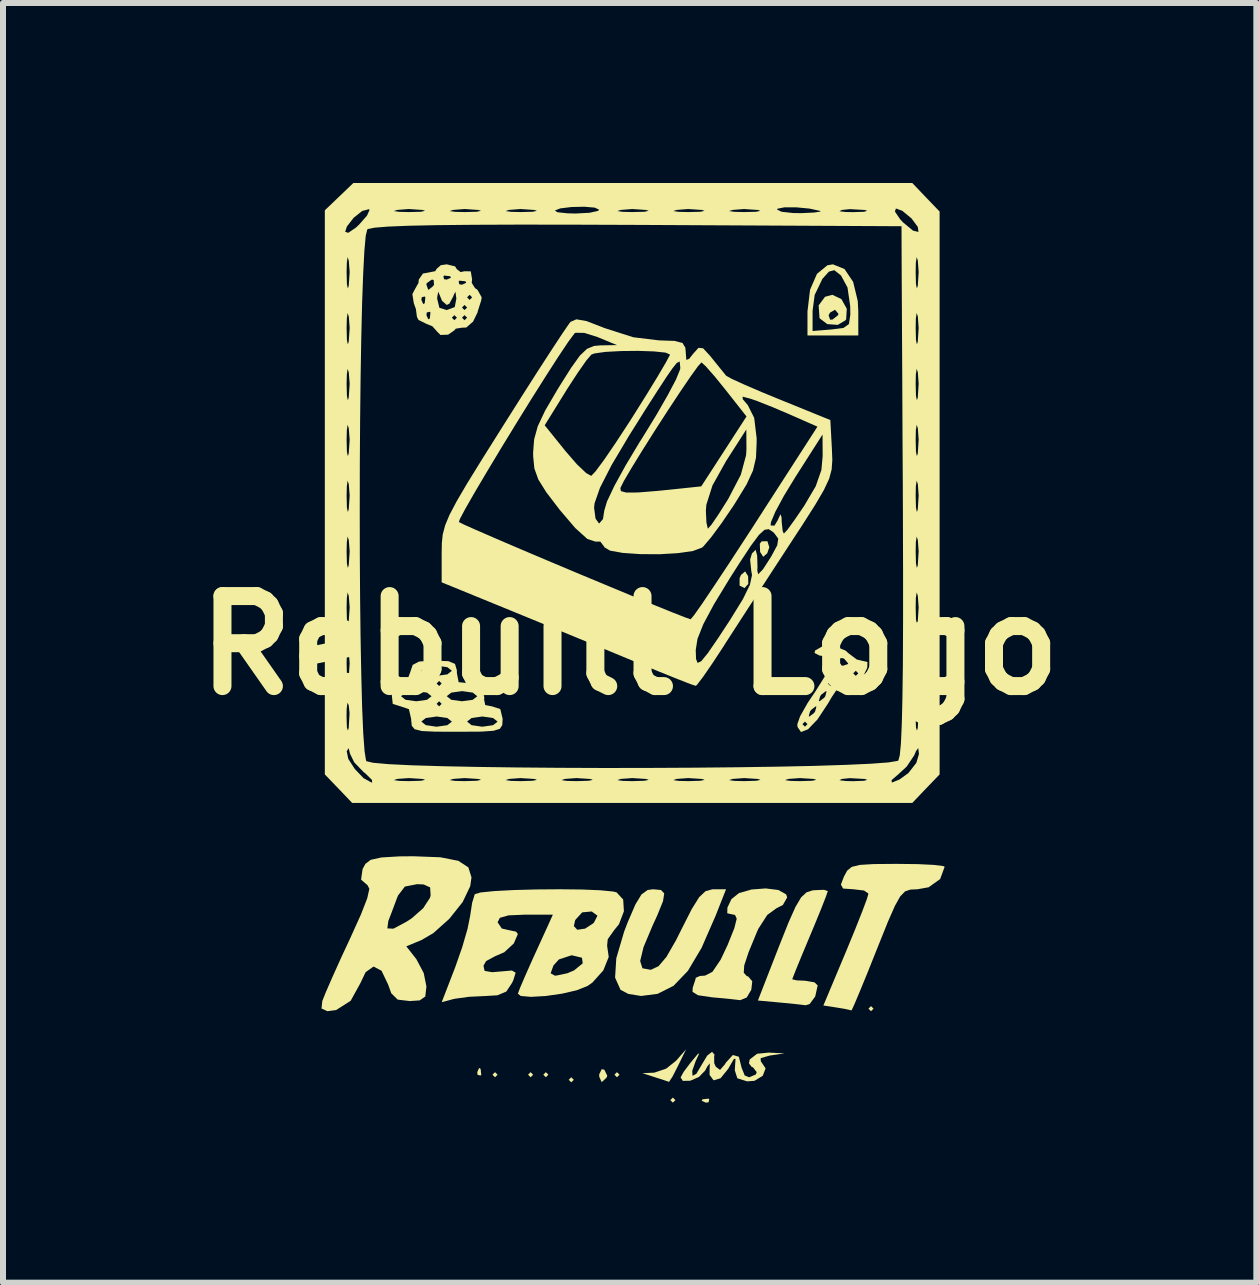
<source format=kicad_pcb>
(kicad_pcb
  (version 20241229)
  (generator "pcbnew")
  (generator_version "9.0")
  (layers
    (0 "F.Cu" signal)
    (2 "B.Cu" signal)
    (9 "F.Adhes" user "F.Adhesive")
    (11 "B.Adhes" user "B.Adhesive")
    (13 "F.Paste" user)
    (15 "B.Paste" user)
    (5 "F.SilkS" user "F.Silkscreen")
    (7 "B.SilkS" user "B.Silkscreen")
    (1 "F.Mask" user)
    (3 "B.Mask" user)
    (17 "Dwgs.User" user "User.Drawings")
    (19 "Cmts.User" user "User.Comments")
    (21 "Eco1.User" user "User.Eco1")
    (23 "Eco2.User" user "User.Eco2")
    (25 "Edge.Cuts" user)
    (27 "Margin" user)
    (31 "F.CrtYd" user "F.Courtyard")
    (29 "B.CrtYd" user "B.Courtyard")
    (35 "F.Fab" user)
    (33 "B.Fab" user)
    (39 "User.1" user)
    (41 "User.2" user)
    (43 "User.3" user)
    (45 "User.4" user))
  (footprint "Rebuilt Logo"
    (layer "F.Cu")
    (at 7.443 7.705)
    (property "Reference" "Rebuilt Logo" (at 0 0 0) (layer "F.SilkS") (effects (font (size 1.5 1.5) (thickness 0.3))))
    (attr board_only exclude_from_pos_files exclude_from_bom)
    (fp_poly (pts (xy -2.201 7.154) (xy -2.244 7.197) (xy -2.286 7.154) (xy -2.244 7.112)) (stroke (width 0) (type solid)) (fill yes) (layer "F.SilkS"))
    (fp_poly (pts (xy -1.609 7.154) (xy -1.651 7.197) (xy -1.693 7.154) (xy -1.651 7.112)) (stroke (width 0) (type solid)) (fill yes) (layer "F.SilkS"))
    (fp_poly (pts (xy -1.355 7.154) (xy -1.397 7.197) (xy -1.439 7.154) (xy -1.397 7.112)) (stroke (width 0) (type solid)) (fill yes) (layer "F.SilkS"))
    (fp_poly (pts (xy -0.931 7.239) (xy -0.974 7.281) (xy -1.016 7.239) (xy -0.974 7.197)) (stroke (width 0) (type solid)) (fill yes) (layer "F.SilkS"))
    (fp_poly (pts (xy -0.169 7.154) (xy -0.212 7.197) (xy -0.254 7.154) (xy -0.212 7.112)) (stroke (width 0) (type solid)) (fill yes) (layer "F.SilkS"))
    (fp_poly (pts (xy 0.762 7.578) (xy 0.72 7.62) (xy 0.677 7.578) (xy 0.72 7.535)) (stroke (width 0) (type solid)) (fill yes) (layer "F.SilkS"))
    (fp_poly (pts (xy 4.064 6.054) (xy 4.022 6.096) (xy 3.979 6.054) (xy 4.022 6.011)) (stroke (width 0) (type solid)) (fill yes) (layer "F.SilkS"))
    (fp_poly (pts (xy -2.484 7.056) (xy -2.473 7.156) (xy -2.484 7.168) (xy -2.534 7.157) (xy -2.54 7.112) (xy -2.509 7.042)) (stroke (width 0) (type solid)) (fill yes) (layer "F.SilkS"))
    (fp_poly (pts (xy 1.326 7.564) (xy 1.315 7.614) (xy 1.27 7.62) (xy 1.2 7.589) (xy 1.214 7.564) (xy 1.314 7.553)) (stroke (width 0) (type solid)) (fill yes) (layer "F.SilkS"))
    (fp_poly (pts (xy -0.422 7.071) (xy -0.373 7.172) (xy -0.385 7.203) (xy -0.466 7.278) (xy -0.506 7.192) (xy -0.508 7.149) (xy -0.466 7.062)) (stroke (width 0) (type solid)) (fill yes) (layer "F.SilkS"))
    (fp_poly (pts (xy 2.327 -1.635) (xy 2.292 -1.534) (xy 2.225 -1.476) (xy 2.174 -1.557) (xy 2.169 -1.694) (xy 2.199 -1.734) (xy 2.295 -1.736)) (stroke (width 0) (type solid)) (fill yes) (layer "F.SilkS"))
    (fp_poly (pts (xy 1.974 -1.153) (xy 1.977 -1.025) (xy 1.914 -0.955) (xy 1.833 -0.996) (xy 1.832 -0.997) (xy 1.832 -1.122) (xy 1.856 -1.175) (xy 1.924 -1.233)) (stroke (width 0) (type solid)) (fill yes) (layer "F.SilkS"))
    (fp_poly (pts (xy 0.806 7.006) (xy 0.715 7.184) (xy 0.658 7.271) (xy 0.654 7.273) (xy 0.569 7.244) (xy 0.423 7.197) (xy 0.212 7.129) (xy 0.41 7.12) (xy 0.61 7.052) (xy 0.774 6.921) (xy 0.94 6.731)) (stroke (width 0) (type solid)) (fill yes) (layer "F.SilkS"))
    (fp_poly (pts (xy 3.528 -5.771) (xy 3.618 -5.61) (xy 3.608 -5.436) (xy 3.599 -5.419) (xy 3.468 -5.341) (xy 3.293 -5.354) (xy 3.169 -5.448) (xy 3.163 -5.461) (xy 3.161 -5.499) (xy 3.315 -5.499) (xy 3.341 -5.427) (xy 3.382 -5.431) (xy 3.473 -5.503) (xy 3.478 -5.527) (xy 3.422 -5.593) (xy 3.338 -5.545) (xy 3.315 -5.499) (xy 3.161 -5.499) (xy 3.149 -5.666) (xy 3.255 -5.809) (xy 3.378 -5.842)) (stroke (width 0) (type solid)) (fill yes) (layer "F.SilkS"))
    (fp_poly (pts (xy 3.302 4.094) (xy 3.271 4.185) (xy 3.189 4.395) (xy 3.07 4.685) (xy 3.006 4.838) (xy 2.875 5.151) (xy 2.774 5.397) (xy 2.717 5.542) (xy 2.709 5.564) (xy 2.782 5.582) (xy 2.921 5.588) (xy 3.08 5.615) (xy 3.133 5.666) (xy 3.092 5.851) (xy 2.999 5.977) (xy 2.933 5.997) (xy 2.792 5.98) (xy 2.56 5.957) (xy 2.487 5.95) (xy 2.137 5.918) (xy 2.49 5.012) (xy 2.647 4.618) (xy 2.764 4.356) (xy 2.858 4.198) (xy 2.946 4.116) (xy 3.046 4.083) (xy 3.072 4.08) (xy 3.239 4.073)) (stroke (width 0) (type solid)) (fill yes) (layer "F.SilkS"))
    (fp_poly (pts (xy 3.58 -6.272) (xy 3.724 -6.058) (xy 3.801 -5.739) (xy 3.81 -5.569) (xy 3.81 -5.165) (xy 3.387 -5.165) (xy 2.963 -5.165) (xy 2.963 -5.569) (xy 2.964 -5.574) (xy 3.048 -5.574) (xy 3.048 -5.239) (xy 3.365 -5.265) (xy 3.563 -5.29) (xy 3.654 -5.355) (xy 3.677 -5.51) (xy 3.675 -5.656) (xy 3.63 -5.964) (xy 3.522 -6.164) (xy 3.41 -6.253) (xy 3.32 -6.228) (xy 3.212 -6.108) (xy 3.083 -5.84) (xy 3.048 -5.574) (xy 2.964 -5.574) (xy 3.006 -5.926) (xy 3.121 -6.191) (xy 3.294 -6.334) (xy 3.387 -6.35)) (stroke (width 0) (type solid)) (fill yes) (layer "F.SilkS"))
    (fp_poly (pts (xy 1.431 4.508) (xy 1.198 5.041) (xy 0.97 5.424) (xy 0.731 5.673) (xy 0.465 5.807) (xy 0.19 5.842) (xy -0.022 5.808) (xy -0.152 5.74) (xy -0.243 5.537) (xy -0.223 5.214) (xy -0.092 4.769) (xy -0.033 4.615) (xy 0.095 4.318) (xy 0.197 4.15) (xy 0.3 4.076) (xy 0.39 4.064) (xy 0.521 4.076) (xy 0.576 4.132) (xy 0.556 4.262) (xy 0.461 4.497) (xy 0.382 4.669) (xy 0.231 5.028) (xy 0.175 5.26) (xy 0.213 5.381) (xy 0.345 5.405) (xy 0.36 5.403) (xy 0.481 5.346) (xy 0.612 5.192) (xy 0.771 4.916) (xy 0.869 4.72) (xy 1.034 4.395) (xy 1.158 4.196) (xy 1.264 4.096) (xy 1.375 4.065) (xy 1.397 4.064) (xy 1.606 4.064)) (stroke (width 0) (type solid)) (fill yes) (layer "F.SilkS"))
    (fp_poly (pts (xy 4.801 3.645) (xy 5.069 3.658) (xy 5.225 3.677) (xy 5.249 3.689) (xy 5.174 3.894) (xy 4.981 4.031) (xy 4.796 4.064) (xy 4.68 4.069) (xy 4.59 4.099) (xy 4.509 4.182) (xy 4.42 4.341) (xy 4.305 4.602) (xy 4.149 4.99) (xy 4.113 5.08) (xy 3.962 5.458) (xy 3.834 5.77) (xy 3.742 5.988) (xy 3.698 6.082) (xy 3.696 6.083) (xy 3.613 6.063) (xy 3.456 6.036) (xy 3.228 6.001) (xy 3.604 5.105) (xy 3.753 4.743) (xy 3.874 4.438) (xy 3.954 4.224) (xy 3.979 4.136) (xy 3.906 4.085) (xy 3.729 4.064) (xy 3.727 4.064) (xy 3.556 4.052) (xy 3.52 3.986) (xy 3.571 3.852) (xy 3.625 3.753) (xy 3.701 3.691) (xy 3.836 3.658) (xy 4.064 3.644) (xy 4.423 3.641) (xy 4.459 3.641)) (stroke (width 0) (type solid)) (fill yes) (layer "F.SilkS"))
    (fp_poly (pts (xy 2.477 4.076) (xy 2.607 4.148) (xy 2.625 4.199) (xy 2.553 4.326) (xy 2.447 4.38) (xy 2.293 4.492) (xy 2.146 4.72) (xy 2.121 4.775) (xy 1.981 5.115) (xy 1.909 5.333) (xy 1.901 5.455) (xy 1.951 5.51) (xy 1.976 5.518) (xy 2.043 5.598) (xy 2.027 5.739) (xy 1.951 5.867) (xy 1.844 5.912) (xy 1.696 5.895) (xy 1.457 5.872) (xy 1.369 5.864) (xy 1.138 5.83) (xy 1.047 5.773) (xy 1.051 5.703) (xy 1.095 5.57) (xy 1.101 5.539) (xy 1.171 5.509) (xy 1.256 5.503) (xy 1.379 5.44) (xy 1.516 5.238) (xy 1.631 4.995) (xy 1.744 4.713) (xy 1.784 4.554) (xy 1.755 4.491) (xy 1.729 4.487) (xy 1.626 4.464) (xy 1.629 4.369) (xy 1.696 4.228) (xy 1.821 4.128) (xy 2.029 4.068) (xy 2.266 4.05)) (stroke (width 0) (type solid)) (fill yes) (layer "F.SilkS"))
    (fp_poly (pts (xy 1.416 6.823) (xy 1.408 6.841) (xy 1.409 6.963) (xy 1.436 7.022) (xy 1.506 7.074) (xy 1.588 6.98) (xy 1.604 6.952) (xy 1.72 6.826) (xy 1.819 6.855) (xy 1.863 7.028) (xy 1.863 7.032) (xy 1.917 7.167) (xy 1.99 7.197) (xy 2.102 7.151) (xy 2.117 7.112) (xy 2.054 7.03) (xy 2.035 7.027) (xy 1.988 6.965) (xy 2.001 6.9) (xy 2.124 6.805) (xy 2.316 6.786) (xy 2.582 6.799) (xy 2.335 6.835) (xy 2.183 6.878) (xy 2.185 6.932) (xy 2.189 6.935) (xy 2.265 7.049) (xy 2.218 7.172) (xy 2.08 7.256) (xy 1.958 7.265) (xy 1.794 7.214) (xy 1.752 7.081) (xy 1.755 7.027) (xy 1.764 6.89) (xy 1.738 6.89) (xy 1.655 7.033) (xy 1.644 7.054) (xy 1.515 7.213) (xy 1.398 7.248) (xy 1.332 7.158) (xy 1.332 7.061) (xy 1.336 6.965) (xy 1.295 7.015) (xy 1.258 7.085) (xy 1.154 7.192) (xy 1.009 7.255) (xy 0.886 7.257) (xy 0.849 7.2) (xy 0.898 7.109) (xy 1.016 6.952) (xy 1.024 6.943) (xy 1.137 6.807) (xy 1.159 6.801) (xy 1.103 6.921) (xy 1.099 6.929) (xy 1.042 7.092) (xy 1.048 7.173) (xy 1.111 7.139) (xy 1.196 6.996) (xy 1.292 6.836) (xy 1.373 6.773)) (stroke (width 0) (type solid)) (fill yes) (layer "F.SilkS"))
    (fp_poly (pts (xy -3.155 3.531) (xy -2.855 3.59) (xy -2.688 3.699) (xy -2.636 3.866) (xy -2.657 4.013) (xy -2.783 4.277) (xy -3.006 4.557) (xy -3.272 4.795) (xy -3.469 4.91) (xy -3.722 5.015) (xy -3.555 5.228) (xy -3.432 5.46) (xy -3.387 5.684) (xy -3.406 5.851) (xy -3.499 5.916) (xy -3.665 5.927) (xy -3.866 5.903) (xy -3.973 5.797) (xy -4.025 5.652) (xy -4.135 5.422) (xy -4.268 5.352) (xy -4.4 5.445) (xy -4.486 5.626) (xy -4.649 5.922) (xy -4.89 6.076) (xy -5.038 6.096) (xy -5.135 6.051) (xy -5.122 5.926) (xy -5.065 5.783) (xy -4.953 5.526) (xy -4.803 5.193) (xy -4.661 4.889) (xy -4.583 4.716) (xy -4.038 4.716) (xy -3.938 4.721) (xy -3.72 4.605) (xy -3.632 4.548) (xy -3.441 4.38) (xy -3.327 4.205) (xy -3.317 4.167) (xy -3.325 4.033) (xy -3.433 3.984) (xy -3.542 3.979) (xy -3.746 4.019) (xy -3.86 4.168) (xy -3.878 4.212) (xy -3.962 4.438) (xy -4.022 4.593) (xy -4.038 4.716) (xy -4.583 4.716) (xy -4.479 4.486) (xy -4.373 4.214) (xy -4.338 4.056) (xy -4.369 3.995) (xy -4.371 3.994) (xy -4.476 3.903) (xy -4.451 3.728) (xy -4.404 3.641) (xy -4.317 3.574) (xy -4.138 3.534) (xy -3.837 3.516) (xy -3.604 3.514)) (stroke (width 0) (type solid)) (fill yes) (layer "F.SilkS"))
    (fp_poly (pts (xy 3.418 0.013) (xy 3.598 0.087) (xy 3.641 0.127) (xy 3.785 0.235) (xy 3.863 0.254) (xy 3.962 0.277) (xy 3.959 0.373) (xy 3.889 0.519) (xy 3.793 0.632) (xy 3.685 0.595) (xy 3.685 0.595) (xy 3.604 0.573) (xy 3.505 0.656) (xy 3.366 0.864) (xy 3.304 0.97) (xy 3.128 1.236) (xy 2.972 1.398) (xy 2.855 1.444) (xy 2.797 1.359) (xy 2.794 1.313) (xy 2.794 1.312) (xy 2.879 1.312) (xy 2.921 1.355) (xy 2.963 1.312) (xy 2.921 1.27) (xy 2.879 1.312) (xy 2.794 1.312) (xy 2.841 1.18) (xy 2.984 1.18) (xy 2.996 1.185) (xy 3.073 1.126) (xy 3.09 1.101) (xy 3.112 1.022) (xy 3.1 1.016) (xy 3.023 1.076) (xy 3.006 1.101) (xy 2.984 1.18) (xy 2.841 1.18) (xy 2.841 1.18) (xy 2.963 0.964) (xy 2.988 0.926) (xy 3.153 0.926) (xy 3.165 0.931) (xy 3.242 0.872) (xy 3.26 0.847) (xy 3.281 0.768) (xy 3.27 0.762) (xy 3.192 0.822) (xy 3.175 0.847) (xy 3.153 0.926) (xy 2.988 0.926) (xy 3.097 0.764) (xy 3.178 0.635) (xy 3.302 0.635) (xy 3.344 0.677) (xy 3.387 0.635) (xy 3.344 0.593) (xy 3.302 0.635) (xy 3.178 0.635) (xy 3.281 0.471) (xy 3.283 0.466) (xy 3.725 0.466) (xy 3.768 0.508) (xy 3.81 0.466) (xy 3.768 0.423) (xy 3.725 0.466) (xy 3.283 0.466) (xy 3.338 0.28) (xy 3.314 0.249) (xy 3.471 0.249) (xy 3.533 0.335) (xy 3.556 0.339) (xy 3.638 0.31) (xy 3.641 0.301) (xy 3.581 0.229) (xy 3.556 0.212) (xy 3.478 0.218) (xy 3.471 0.249) (xy 3.314 0.249) (xy 3.266 0.184) (xy 3.165 0.169) (xy 3.081 0.127) (xy 3.09 0.085) (xy 3.222 0.01)) (stroke (width 0) (type solid)) (fill yes) (layer "F.SilkS"))
    (fp_poly (pts (xy -0.795 4.068) (xy -0.485 4.081) (xy -0.274 4.102) (xy -0.219 4.115) (xy -0.108 4.235) (xy -0.096 4.431) (xy -0.178 4.646) (xy -0.257 4.744) (xy -0.365 4.895) (xy -0.376 5.003) (xy -0.349 5.192) (xy -0.439 5.416) (xy -0.621 5.619) (xy -0.701 5.675) (xy -0.878 5.746) (xy -1.128 5.804) (xy -1.4 5.843) (xy -1.646 5.857) (xy -1.815 5.842) (xy -1.863 5.804) (xy -1.83 5.715) (xy -1.743 5.511) (xy -1.722 5.464) (xy -1.317 5.464) (xy -1.248 5.503) (xy -1.225 5.503) (xy -1.04 5.464) (xy -0.926 5.416) (xy -0.782 5.298) (xy -0.795 5.205) (xy -0.961 5.165) (xy -0.971 5.165) (xy -1.179 5.233) (xy -1.27 5.334) (xy -1.317 5.464) (xy -1.722 5.464) (xy -1.618 5.23) (xy -1.571 5.127) (xy -1.366 4.678) (xy -0.93 4.678) (xy -0.873 4.739) (xy -0.743 4.72) (xy -0.609 4.633) (xy -0.593 4.615) (xy -0.537 4.504) (xy -0.631 4.435) (xy -0.634 4.434) (xy -0.791 4.449) (xy -0.908 4.577) (xy -0.93 4.678) (xy -1.366 4.678) (xy -1.28 4.487) (xy -1.74 4.487) (xy -2.02 4.499) (xy -2.163 4.54) (xy -2.201 4.614) (xy -2.131 4.718) (xy -2.032 4.741) (xy -1.894 4.77) (xy -1.863 4.81) (xy -1.931 4.967) (xy -2.09 5.114) (xy -2.243 5.18) (xy -2.393 5.261) (xy -2.436 5.339) (xy -2.418 5.424) (xy -2.292 5.446) (xy -2.159 5.435) (xy -1.963 5.418) (xy -1.9 5.454) (xy -1.937 5.574) (xy -1.958 5.621) (xy -2.055 5.768) (xy -2.204 5.831) (xy -2.405 5.843) (xy -2.679 5.856) (xy -2.91 5.888) (xy -2.942 5.895) (xy -3.132 5.946) (xy -2.908 5.365) (xy -2.792 5.034) (xy -2.702 4.725) (xy -2.658 4.506) (xy -2.625 4.289) (xy -2.582 4.149) (xy -2.581 4.146) (xy -2.483 4.117) (xy -2.254 4.094) (xy -1.933 4.077) (xy -1.557 4.067) (xy -1.165 4.064)) (stroke (width 0) (type solid)) (fill yes) (layer "F.SilkS"))
    (fp_poly (pts (xy -3.021 0.263) (xy -2.911 0.308) (xy -2.88 0.413) (xy -2.879 0.463) (xy -2.85 0.613) (xy -2.751 0.623) (xy -2.751 0.623) (xy -2.586 0.628) (xy -2.455 0.73) (xy -2.421 0.876) (xy -2.427 0.895) (xy -2.407 0.994) (xy -2.295 1.016) (xy -2.156 1.061) (xy -2.117 1.223) (xy -2.117 1.228) (xy -2.123 1.328) (xy -2.163 1.39) (xy -2.269 1.423) (xy -2.474 1.437) (xy -2.811 1.439) (xy -2.879 1.439) (xy -3.239 1.438) (xy -3.463 1.427) (xy -3.583 1.397) (xy -3.631 1.34) (xy -3.638 1.27) (xy -3.471 1.27) (xy -3.398 1.329) (xy -3.22 1.355) (xy -3.217 1.355) (xy -3.039 1.33) (xy -2.963 1.271) (xy -2.963 1.27) (xy -2.709 1.27) (xy -2.636 1.329) (xy -2.458 1.355) (xy -2.455 1.355) (xy -2.277 1.33) (xy -2.201 1.271) (xy -2.201 1.27) (xy -2.275 1.211) (xy -2.452 1.185) (xy -2.455 1.185) (xy -2.634 1.21) (xy -2.709 1.269) (xy -2.709 1.27) (xy -2.963 1.27) (xy -3.037 1.211) (xy -3.214 1.185) (xy -3.217 1.185) (xy -3.396 1.21) (xy -3.471 1.269) (xy -3.471 1.27) (xy -3.638 1.27) (xy -3.641 1.246) (xy -3.641 1.228) (xy -3.679 1.063) (xy -3.816 1.016) (xy -3.947 0.976) (xy -3.948 0.974) (xy -3.217 0.974) (xy -3.175 1.016) (xy -3.133 0.974) (xy -3.175 0.931) (xy -3.217 0.974) (xy -3.948 0.974) (xy -3.962 0.847) (xy -3.81 0.847) (xy -3.736 0.906) (xy -3.559 0.931) (xy -3.556 0.931) (xy -3.378 0.907) (xy -3.302 0.848) (xy -3.302 0.847) (xy -3.048 0.847) (xy -2.974 0.906) (xy -2.797 0.931) (xy -2.794 0.931) (xy -2.616 0.907) (xy -2.54 0.848) (xy -2.54 0.847) (xy -2.614 0.787) (xy -2.791 0.762) (xy -2.794 0.762) (xy -2.972 0.787) (xy -3.048 0.846) (xy -3.048 0.847) (xy -3.302 0.847) (xy -3.376 0.787) (xy -3.553 0.762) (xy -3.556 0.762) (xy -3.734 0.787) (xy -3.81 0.846) (xy -3.81 0.847) (xy -3.962 0.847) (xy -3.964 0.828) (xy -3.964 0.825) (xy -3.895 0.677) (xy -3.81 0.635) (xy -3.217 0.635) (xy -3.175 0.677) (xy -3.133 0.635) (xy -3.175 0.593) (xy -3.217 0.635) (xy -3.81 0.635) (xy -3.7 0.563) (xy -3.656 0.444) (xy -3.649 0.423) (xy -3.471 0.423) (xy -3.398 0.483) (xy -3.22 0.508) (xy -3.217 0.508) (xy -3.039 0.483) (xy -2.963 0.424) (xy -2.963 0.423) (xy -3.037 0.364) (xy -3.214 0.339) (xy -3.217 0.339) (xy -3.396 0.363) (xy -3.471 0.422) (xy -3.471 0.423) (xy -3.649 0.423) (xy -3.616 0.325) (xy -3.508 0.269) (xy -3.285 0.254) (xy -3.254 0.254)) (stroke (width 0) (type solid)) (fill yes) (layer "F.SilkS"))
    (fp_poly (pts (xy -2.91 -6.316) (xy -2.879 -6.268) (xy -2.817 -6.221) (xy -2.752 -6.235) (xy -2.648 -6.233) (xy -2.626 -6.1) (xy -2.632 -6.042) (xy -2.578 -5.955) (xy -2.535 -5.924) (xy -2.466 -5.8) (xy -2.475 -5.745) (xy -2.527 -5.582) (xy -2.536 -5.546) (xy -2.61 -5.395) (xy -2.723 -5.297) (xy -2.798 -5.294) (xy -2.898 -5.278) (xy -2.92 -5.251) (xy -3.025 -5.178) (xy -3.153 -5.173) (xy -3.217 -5.237) (xy -3.217 -5.239) (xy -3.288 -5.318) (xy -3.389 -5.359) (xy -3.52 -5.424) (xy -3.545 -5.475) (xy -3.549 -5.503) (xy -3.387 -5.503) (xy -3.356 -5.434) (xy -3.33 -5.447) (xy -3.329 -5.461) (xy -2.963 -5.461) (xy -2.921 -5.419) (xy -2.879 -5.461) (xy -2.794 -5.461) (xy -2.752 -5.419) (xy -2.709 -5.461) (xy -2.752 -5.503) (xy -2.794 -5.461) (xy -2.879 -5.461) (xy -2.921 -5.503) (xy -2.963 -5.461) (xy -3.329 -5.461) (xy -3.32 -5.547) (xy -3.33 -5.56) (xy -3.381 -5.548) (xy -3.387 -5.503) (xy -3.549 -5.503) (xy -3.562 -5.604) (xy -3.597 -5.702) (xy -3.606 -5.757) (xy -3.471 -5.757) (xy -3.44 -5.688) (xy -3.415 -5.701) (xy -3.407 -5.779) (xy -3.208 -5.779) (xy -3.171 -5.626) (xy -3.048 -5.588) (xy -2.936 -5.63) (xy -2.794 -5.63) (xy -2.752 -5.588) (xy -2.709 -5.63) (xy -2.752 -5.673) (xy -2.794 -5.63) (xy -2.936 -5.63) (xy -2.915 -5.638) (xy -2.888 -5.779) (xy -2.891 -5.8) (xy -2.709 -5.8) (xy -2.667 -5.757) (xy -2.625 -5.8) (xy -2.667 -5.842) (xy -2.709 -5.8) (xy -2.891 -5.8) (xy -2.903 -5.893) (xy -2.93 -5.845) (xy -2.937 -5.821) (xy -3.004 -5.695) (xy -3.048 -5.673) (xy -3.127 -5.742) (xy -3.159 -5.821) (xy -3.19 -5.896) (xy -3.206 -5.81) (xy -3.208 -5.779) (xy -3.407 -5.779) (xy -3.405 -5.801) (xy -3.415 -5.814) (xy -3.465 -5.802) (xy -3.471 -5.757) (xy -3.606 -5.757) (xy -3.621 -5.854) (xy -3.59 -5.914) (xy -3.536 -6.011) (xy -3.387 -6.011) (xy -3.358 -5.929) (xy -3.349 -5.927) (xy -3.277 -5.986) (xy -3.26 -6.011) (xy -3.265 -6.068) (xy -2.85 -6.068) (xy -2.839 -6.017) (xy -2.794 -6.011) (xy -2.724 -6.042) (xy -2.738 -6.068) (xy -2.838 -6.078) (xy -2.85 -6.068) (xy -3.265 -6.068) (xy -3.266 -6.089) (xy -3.297 -6.096) (xy -3.383 -6.035) (xy -3.387 -6.011) (xy -3.536 -6.011) (xy -3.52 -6.039) (xy -3.514 -6.096) (xy -3.476 -6.152) (xy -3.104 -6.152) (xy -3.093 -6.102) (xy -3.048 -6.096) (xy -2.978 -6.127) (xy -2.992 -6.152) (xy -3.092 -6.163) (xy -3.104 -6.152) (xy -3.476 -6.152) (xy -3.445 -6.197) (xy -3.366 -6.211) (xy -3.24 -6.236) (xy -3.217 -6.275) (xy -3.146 -6.336) (xy -3.048 -6.35)) (stroke (width 0) (type solid)) (fill yes) (layer "F.SilkS"))
    (fp_poly (pts (xy -0.717 -5.404) (xy -0.436 -5.295) (xy -0.423 -5.289) (xy 0.06 -5.135) (xy 0.487 -5.083) (xy 0.747 -5.074) (xy 0.88 -5.04) (xy 0.928 -4.961) (xy 0.934 -4.89) (xy 0.944 -4.757) (xy 0.992 -4.776) (xy 1.059 -4.861) (xy 1.147 -4.959) (xy 1.224 -4.951) (xy 1.341 -4.824) (xy 1.374 -4.783) (xy 1.513 -4.611) (xy 1.602 -4.501) (xy 1.609 -4.493) (xy 1.7 -4.442) (xy 1.915 -4.344) (xy 2.218 -4.214) (xy 2.498 -4.099) (xy 3.344 -3.755) (xy 3.37 -3.276) (xy 3.377 -3.088) (xy 3.366 -2.932) (xy 3.324 -2.776) (xy 3.237 -2.59) (xy 3.093 -2.344) (xy 2.879 -2.008) (xy 2.688 -1.716) (xy 2.397 -1.27) (xy 2.098 -0.81) (xy 1.822 -0.384) (xy 1.6 -0.041) (xy 1.562 0.02) (xy 1.374 0.306) (xy 1.22 0.529) (xy 1.122 0.657) (xy 1.101 0.674) (xy 1.01 0.644) (xy 0.796 0.56) (xy 0.49 0.437) (xy 0.127 0.288) (xy -0.319 0.103) (xy -0.382 0.077) (xy 1.101 0.077) (xy 1.106 0.225) (xy 1.131 0.292) (xy 1.191 0.265) (xy 1.301 0.131) (xy 1.475 -0.122) (xy 1.675 -0.427) (xy 1.887 -0.771) (xy 2.004 -1.01) (xy 2.039 -1.172) (xy 2.027 -1.239) (xy 2.007 -1.431) (xy 2.038 -1.532) (xy 2.099 -1.593) (xy 2.124 -1.498) (xy 2.125 -1.482) (xy 2.13 -1.311) (xy 2.127 -1.249) (xy 2.141 -1.185) (xy 2.221 -1.267) (xy 2.355 -1.475) (xy 2.459 -1.667) (xy 2.476 -1.779) (xy 2.408 -1.871) (xy 2.383 -1.894) (xy 2.317 -1.937) (xy 2.247 -1.926) (xy 2.155 -1.842) (xy 2.023 -1.665) (xy 1.832 -1.375) (xy 1.67 -1.121) (xy 1.403 -0.682) (xy 1.227 -0.353) (xy 1.13 -0.108) (xy 1.101 0.077) (xy -0.382 0.077) (xy -0.856 -0.118) (xy -1.418 -0.349) (xy -1.94 -0.563) (xy -1.969 -0.575) (xy -3.133 -1.051) (xy -3.133 -1.543) (xy -3.13 -1.706) (xy -3.115 -1.85) (xy -3.075 -2) (xy -3.052 -2.056) (xy -2.846 -2.056) (xy -2.759 -2.012) (xy -2.542 -1.916) (xy -2.22 -1.776) (xy -1.821 -1.605) (xy -1.37 -1.414) (xy -0.895 -1.214) (xy -0.42 -1.016) (xy 0.027 -0.83) (xy 0.421 -0.668) (xy 0.735 -0.541) (xy 0.942 -0.46) (xy 1.016 -0.435) (xy 1.072 -0.502) (xy 1.206 -0.692) (xy 1.403 -0.985) (xy 1.652 -1.36) (xy 1.937 -1.797) (xy 2.068 -1.998) (xy 2.349 -1.998) (xy 2.413 -1.996) (xy 2.464 -2.08) (xy 2.513 -2.186) (xy 2.531 -2.135) (xy 2.534 -2.053) (xy 2.55 -1.904) (xy 2.57 -1.863) (xy 2.629 -1.927) (xy 2.752 -2.097) (xy 2.909 -2.327) (xy 3.101 -2.653) (xy 3.195 -2.923) (xy 3.216 -3.153) (xy 3.214 -3.514) (xy 2.756 -2.797) (xy 2.568 -2.488) (xy 2.428 -2.228) (xy 2.354 -2.052) (xy 2.349 -1.998) (xy 2.068 -1.998) (xy 2.094 -2.039) (xy 3.129 -3.645) (xy 2.673 -3.846) (xy 2.387 -3.968) (xy 2.135 -4.068) (xy 2.019 -4.109) (xy 1.883 -4.145) (xy 1.884 -4.103) (xy 1.968 -4.005) (xy 2.075 -3.792) (xy 2.116 -3.453) (xy 2.116 -3.38) (xy 2.105 -3.127) (xy 2.055 -2.913) (xy 1.948 -2.682) (xy 1.763 -2.38) (xy 1.73 -2.328) (xy 1.534 -2.04) (xy 1.356 -1.799) (xy 1.228 -1.649) (xy 1.206 -1.63) (xy 1.055 -1.573) (xy 0.804 -1.537) (xy 0.496 -1.519) (xy 0.175 -1.521) (xy -0.114 -1.541) (xy -0.327 -1.579) (xy -0.422 -1.635) (xy -0.423 -1.643) (xy -0.488 -1.729) (xy -0.572 -1.73) (xy -0.706 -1.774) (xy -0.907 -1.956) (xy -1.164 -2.257) (xy -1.193 -2.295) (xy -0.593 -2.295) (xy -0.569 -2.113) (xy -0.511 -2.032) (xy -0.508 -2.032) (xy -0.445 -2.105) (xy -0.423 -2.246) (xy -0.423 -2.247) (xy 1.27 -2.247) (xy 1.279 -2.05) (xy 1.301 -1.95) (xy 1.306 -1.947) (xy 1.365 -2.014) (xy 1.484 -2.189) (xy 1.639 -2.435) (xy 1.645 -2.445) (xy 1.852 -2.843) (xy 1.94 -3.169) (xy 1.946 -3.271) (xy 1.944 -3.598) (xy 1.607 -3.072) (xy 1.38 -2.666) (xy 1.278 -2.345) (xy 1.27 -2.247) (xy -0.423 -2.247) (xy -0.378 -2.398) (xy -0.272 -2.622) (xy -0.155 -2.622) (xy -0.146 -2.571) (xy -0.058 -2.547) (xy 0.135 -2.548) (xy 0.459 -2.574) (xy 0.669 -2.595) (xy 1.193 -2.65) (xy 1.57 -3.232) (xy 1.947 -3.815) (xy 1.599 -4.257) (xy 1.415 -4.484) (xy 1.27 -4.649) (xy 1.197 -4.716) (xy 1.14 -4.654) (xy 1.013 -4.478) (xy 0.837 -4.219) (xy 0.631 -3.907) (xy 0.415 -3.572) (xy 0.209 -3.246) (xy 0.032 -2.958) (xy -0.097 -2.739) (xy -0.155 -2.622) (xy -0.272 -2.622) (xy -0.254 -2.66) (xy -0.067 -3) (xy 0.167 -3.39) (xy 0.212 -3.46) (xy 0.442 -3.835) (xy 0.635 -4.171) (xy 0.774 -4.435) (xy 0.84 -4.598) (xy 0.844 -4.622) (xy 0.834 -4.731) (xy 0.785 -4.707) (xy 0.711 -4.614) (xy 0.618 -4.48) (xy 0.458 -4.235) (xy 0.252 -3.913) (xy 0.022 -3.546) (xy -0.006 -3.502) (xy -0.303 -3.002) (xy -0.495 -2.626) (xy -0.585 -2.368) (xy -0.593 -2.295) (xy -1.193 -2.295) (xy -1.388 -2.55) (xy -1.522 -2.764) (xy -1.588 -2.948) (xy -1.608 -3.15) (xy -1.609 -3.211) (xy -1.592 -3.433) (xy -1.532 -3.651) (xy -1.524 -3.668) (xy -1.416 -3.668) (xy -1.068 -3.236) (xy -0.879 -3.018) (xy -0.724 -2.871) (xy -0.64 -2.825) (xy -0.568 -2.901) (xy -0.425 -3.094) (xy -0.232 -3.377) (xy -0.006 -3.722) (xy 0.053 -3.815) (xy 0.279 -4.175) (xy 0.468 -4.484) (xy 0.603 -4.714) (xy 0.669 -4.837) (xy 0.672 -4.847) (xy 0.599 -4.879) (xy 0.406 -4.899) (xy 0.142 -4.908) (xy -0.144 -4.905) (xy -0.404 -4.891) (xy -0.587 -4.865) (xy -0.638 -4.846) (xy -0.722 -4.748) (xy -0.864 -4.545) (xy -1.038 -4.278) (xy -1.07 -4.226) (xy -1.416 -3.668) (xy -1.524 -3.668) (xy -1.409 -3.912) (xy -1.206 -4.259) (xy -1.181 -4.3) (xy -0.976 -4.625) (xy -0.829 -4.83) (xy -0.711 -4.942) (xy -0.595 -4.99) (xy -0.482 -5) (xy -0.212 -5.004) (xy -0.535 -5.138) (xy -0.755 -5.207) (xy -0.901 -5.21) (xy -0.921 -5.197) (xy -1.025 -5.056) (xy -1.19 -4.809) (xy -1.399 -4.484) (xy -1.639 -4.104) (xy -1.892 -3.696) (xy -2.144 -3.284) (xy -2.379 -2.893) (xy -2.582 -2.55) (xy -2.737 -2.28) (xy -2.829 -2.107) (xy -2.846 -2.056) (xy -3.052 -2.056) (xy -3.002 -2.176) (xy -2.882 -2.403) (xy -2.706 -2.703) (xy -2.462 -3.098) (xy -2.139 -3.612) (xy -2.107 -3.663) (xy -1.807 -4.137) (xy -1.534 -4.565) (xy -1.3 -4.926) (xy -1.121 -5.198) (xy -1.01 -5.36) (xy -0.985 -5.392) (xy -0.888 -5.434)) (stroke (width 0) (type solid)) (fill yes) (layer "F.SilkS"))
    (fp_poly (pts (xy 4.937 -7.467) (xy 5.165 -7.23) (xy 5.165 -2.54) (xy 5.165 2.15) (xy 4.937 2.387) (xy 4.71 2.625) (xy 0.042 2.625) (xy -4.625 2.625) (xy -4.852 2.387) (xy -5.08 2.15) (xy -5.08 1.763) (xy -4.715 1.763) (xy -4.69 1.89) (xy -4.58 2.06) (xy -4.435 2.212) (xy -4.302 2.285) (xy -4.292 2.286) (xy -4.294 2.245) (xy -3.931 2.245) (xy -3.84 2.258) (xy -3.683 2.262) (xy -3.482 2.256) (xy -3.425 2.245) (xy -3 2.245) (xy -2.908 2.258) (xy -2.752 2.262) (xy -2.551 2.256) (xy -2.494 2.245) (xy -2.068 2.245) (xy -1.977 2.258) (xy -1.82 2.262) (xy -1.62 2.256) (xy -1.562 2.245) (xy -1.137 2.245) (xy -1.046 2.258) (xy -0.889 2.262) (xy -0.688 2.256) (xy -0.631 2.245) (xy -0.206 2.245) (xy -0.114 2.258) (xy 0.042 2.262) (xy 0.243 2.256) (xy 0.3 2.245) (xy 0.726 2.245) (xy 0.817 2.258) (xy 0.974 2.262) (xy 1.174 2.256) (xy 1.232 2.245) (xy 1.657 2.245) (xy 1.748 2.258) (xy 1.905 2.262) (xy 2.106 2.256) (xy 2.163 2.245) (xy 2.588 2.245) (xy 2.68 2.258) (xy 2.836 2.262) (xy 3.037 2.256) (xy 3.082 2.247) (xy 3.495 2.247) (xy 3.601 2.26) (xy 3.725 2.263) (xy 3.908 2.256) (xy 3.94 2.246) (xy 4.364 2.246) (xy 4.37 2.286) (xy 4.371 2.286) (xy 4.496 2.235) (xy 4.644 2.128) (xy 4.777 1.958) (xy 4.821 1.81) (xy 4.809 1.71) (xy 4.772 1.761) (xy 4.742 1.832) (xy 4.616 2.02) (xy 4.475 2.15) (xy 4.364 2.246) (xy 3.94 2.246) (xy 3.959 2.239) (xy 3.916 2.226) (xy 3.669 2.212) (xy 3.535 2.226) (xy 3.495 2.247) (xy 3.082 2.247) (xy 3.111 2.241) (xy 3.07 2.226) (xy 2.838 2.211) (xy 2.647 2.225) (xy 2.588 2.245) (xy 2.163 2.245) (xy 2.179 2.241) (xy 2.139 2.226) (xy 1.907 2.211) (xy 1.716 2.225) (xy 1.657 2.245) (xy 1.232 2.245) (xy 1.248 2.241) (xy 1.208 2.226) (xy 0.975 2.211) (xy 0.784 2.225) (xy 0.726 2.245) (xy 0.3 2.245) (xy 0.317 2.241) (xy 0.276 2.226) (xy 0.044 2.211) (xy -0.147 2.225) (xy -0.206 2.245) (xy -0.631 2.245) (xy -0.615 2.241) (xy -0.655 2.226) (xy -0.887 2.211) (xy -1.078 2.225) (xy -1.137 2.245) (xy -1.562 2.245) (xy -1.546 2.241) (xy -1.586 2.226) (xy -1.819 2.211) (xy -2.01 2.225) (xy -2.068 2.245) (xy -2.494 2.245) (xy -2.477 2.241) (xy -2.518 2.226) (xy -2.75 2.211) (xy -2.941 2.225) (xy -3 2.245) (xy -3.425 2.245) (xy -3.409 2.241) (xy -3.449 2.226) (xy -3.681 2.211) (xy -3.872 2.225) (xy -3.931 2.245) (xy -4.294 2.245) (xy -4.294 2.242) (xy -4.404 2.134) (xy -4.434 2.111) (xy -4.59 1.949) (xy -4.663 1.799) (xy -4.663 1.793) (xy -4.683 1.712) (xy -4.715 1.763) (xy -5.08 1.763) (xy -5.08 1.185) (xy -4.718 1.185) (xy -4.712 1.368) (xy -4.695 1.419) (xy -4.682 1.376) (xy -4.668 1.129) (xy -4.682 0.995) (xy -4.703 0.955) (xy -4.716 1.061) (xy -4.718 1.185) (xy -5.08 1.185) (xy -5.08 0.296) (xy -4.717 0.296) (xy -4.712 0.497) (xy -4.697 0.571) (xy -4.682 0.53) (xy -4.666 0.298) (xy -4.681 0.107) (xy -4.7 0.048) (xy -4.713 0.14) (xy -4.717 0.296) (xy -5.08 0.296) (xy -5.08 -0.635) (xy -4.717 -0.635) (xy -4.712 -0.434) (xy -4.697 -0.361) (xy -4.682 -0.401) (xy -4.666 -0.633) (xy -4.681 -0.824) (xy -4.7 -0.883) (xy -4.713 -0.792) (xy -4.717 -0.635) (xy -5.08 -0.635) (xy -5.08 -1.566) (xy -4.717 -1.566) (xy -4.712 -1.366) (xy -4.697 -1.292) (xy -4.682 -1.332) (xy -4.666 -1.565) (xy -4.681 -1.756) (xy -4.7 -1.814) (xy -4.713 -1.723) (xy -4.717 -1.566) (xy -5.08 -1.566) (xy -5.08 -2.498) (xy -4.717 -2.498) (xy -4.712 -2.297) (xy -4.697 -2.223) (xy -4.689 -2.245) (xy -4.498 -2.245) (xy -4.497 -1.497) (xy -4.492 -0.774) (xy -4.484 -0.098) (xy -4.472 0.513) (xy -4.458 1.04) (xy -4.44 1.462) (xy -4.418 1.76) (xy -4.394 1.915) (xy -4.386 1.93) (xy -4.277 1.956) (xy -4.019 1.979) (xy -3.632 1.998) (xy -3.134 2.013) (xy -2.546 2.025) (xy -1.886 2.034) (xy -1.176 2.04) (xy -0.433 2.043) (xy 0.322 2.042) (xy 1.07 2.038) (xy 1.791 2.031) (xy 2.466 2.021) (xy 3.076 2.008) (xy 3.6 1.991) (xy 4.019 1.972) (xy 4.313 1.95) (xy 4.464 1.925) (xy 4.478 1.917) (xy 4.501 1.833) (xy 4.52 1.639) (xy 4.534 1.327) (xy 4.538 1.185) (xy 4.764 1.185) (xy 4.771 1.368) (xy 4.788 1.419) (xy 4.801 1.376) (xy 4.815 1.129) (xy 4.801 0.995) (xy 4.78 0.955) (xy 4.767 1.061) (xy 4.764 1.185) (xy 4.538 1.185) (xy 4.545 0.887) (xy 4.553 0.312) (xy 4.553 0.296) (xy 4.766 0.296) (xy 4.771 0.497) (xy 4.786 0.571) (xy 4.801 0.53) (xy 4.816 0.298) (xy 4.802 0.107) (xy 4.783 0.048) (xy 4.769 0.14) (xy 4.766 0.296) (xy 4.553 0.296) (xy 4.556 -0.407) (xy 4.556 -0.635) (xy 4.766 -0.635) (xy 4.771 -0.434) (xy 4.786 -0.361) (xy 4.801 -0.401) (xy 4.816 -0.633) (xy 4.802 -0.824) (xy 4.783 -0.883) (xy 4.769 -0.792) (xy 4.766 -0.635) (xy 4.556 -0.635) (xy 4.556 -1.276) (xy 4.555 -1.566) (xy 4.766 -1.566) (xy 4.771 -1.366) (xy 4.786 -1.292) (xy 4.801 -1.332) (xy 4.816 -1.565) (xy 4.802 -1.756) (xy 4.783 -1.814) (xy 4.769 -1.723) (xy 4.766 -1.566) (xy 4.555 -1.566) (xy 4.553 -2.304) (xy 4.552 -2.498) (xy 4.766 -2.498) (xy 4.771 -2.297) (xy 4.786 -2.223) (xy 4.801 -2.264) (xy 4.816 -2.496) (xy 4.802 -2.687) (xy 4.783 -2.746) (xy 4.769 -2.654) (xy 4.766 -2.498) (xy 4.552 -2.498) (xy 4.552 -2.592) (xy 4.547 -3.429) (xy 4.766 -3.429) (xy 4.771 -3.228) (xy 4.786 -3.155) (xy 4.801 -3.195) (xy 4.816 -3.427) (xy 4.802 -3.618) (xy 4.783 -3.677) (xy 4.769 -3.586) (xy 4.766 -3.429) (xy 4.547 -3.429) (xy 4.543 -4.36) (xy 4.766 -4.36) (xy 4.771 -4.16) (xy 4.786 -4.086) (xy 4.801 -4.126) (xy 4.816 -4.359) (xy 4.802 -4.55) (xy 4.783 -4.608) (xy 4.769 -4.517) (xy 4.766 -4.36) (xy 4.543 -4.36) (xy 4.538 -5.292) (xy 4.766 -5.292) (xy 4.771 -5.091) (xy 4.786 -5.017) (xy 4.801 -5.058) (xy 4.816 -5.29) (xy 4.802 -5.481) (xy 4.783 -5.54) (xy 4.769 -5.448) (xy 4.766 -5.292) (xy 4.538 -5.292) (xy 4.533 -6.223) (xy 4.766 -6.223) (xy 4.771 -6.022) (xy 4.786 -5.949) (xy 4.801 -5.989) (xy 4.816 -6.221) (xy 4.802 -6.412) (xy 4.783 -6.471) (xy 4.769 -6.38) (xy 4.766 -6.223) (xy 4.533 -6.223) (xy 4.53 -6.985) (xy 0.137 -7.007) (xy -0.934 -7.011) (xy -1.843 -7.012) (xy -2.598 -7.009) (xy -3.209 -7.003) (xy -3.682 -6.993) (xy -4.027 -6.979) (xy -4.25 -6.961) (xy -4.361 -6.939) (xy -4.372 -6.933) (xy -4.398 -6.829) (xy -4.421 -6.575) (xy -4.441 -6.19) (xy -4.459 -5.696) (xy -4.473 -5.109) (xy -4.484 -4.452) (xy -4.492 -3.742) (xy -4.497 -3) (xy -4.498 -2.245) (xy -4.689 -2.245) (xy -4.682 -2.264) (xy -4.666 -2.496) (xy -4.681 -2.687) (xy -4.7 -2.746) (xy -4.713 -2.654) (xy -4.717 -2.498) (xy -5.08 -2.498) (xy -5.08 -2.55) (xy -5.08 -3.429) (xy -4.717 -3.429) (xy -4.712 -3.228) (xy -4.697 -3.155) (xy -4.682 -3.195) (xy -4.666 -3.427) (xy -4.681 -3.618) (xy -4.7 -3.677) (xy -4.713 -3.586) (xy -4.717 -3.429) (xy -5.08 -3.429) (xy -5.08 -4.36) (xy -4.717 -4.36) (xy -4.712 -4.16) (xy -4.697 -4.086) (xy -4.682 -4.126) (xy -4.666 -4.359) (xy -4.681 -4.55) (xy -4.7 -4.608) (xy -4.713 -4.517) (xy -4.717 -4.36) (xy -5.08 -4.36) (xy -5.08 -5.292) (xy -4.717 -5.292) (xy -4.712 -5.091) (xy -4.697 -5.017) (xy -4.682 -5.058) (xy -4.666 -5.29) (xy -4.681 -5.481) (xy -4.7 -5.54) (xy -4.713 -5.448) (xy -4.717 -5.292) (xy -5.08 -5.292) (xy -5.08 -6.223) (xy -4.717 -6.223) (xy -4.712 -6.022) (xy -4.697 -5.949) (xy -4.682 -5.989) (xy -4.666 -6.221) (xy -4.681 -6.412) (xy -4.7 -6.471) (xy -4.713 -6.38) (xy -4.717 -6.223) (xy -5.08 -6.223) (xy -5.08 -6.893) (xy -4.741 -6.893) (xy -4.69 -6.875) (xy -4.562 -6.962) (xy -4.509 -7.012) (xy -4.377 -7.162) (xy -4.343 -7.238) (xy -3.931 -7.238) (xy -3.84 -7.225) (xy -3.683 -7.221) (xy -3.482 -7.226) (xy -3.425 -7.238) (xy -3 -7.238) (xy -2.908 -7.225) (xy -2.752 -7.221) (xy -2.551 -7.226) (xy -2.494 -7.238) (xy -2.068 -7.238) (xy -1.977 -7.225) (xy -1.82 -7.221) (xy -1.62 -7.226) (xy -1.546 -7.241) (xy -1.563 -7.247) (xy -1.247 -7.247) (xy -1.203 -7.218) (xy -1.033 -7.2) (xy -0.903 -7.197) (xy -0.671 -7.209) (xy -0.537 -7.238) (xy -0.206 -7.238) (xy -0.114 -7.225) (xy 0.042 -7.221) (xy 0.243 -7.226) (xy 0.3 -7.238) (xy 0.726 -7.238) (xy 0.817 -7.225) (xy 0.974 -7.221) (xy 1.174 -7.226) (xy 1.232 -7.238) (xy 1.657 -7.238) (xy 1.748 -7.225) (xy 1.905 -7.221) (xy 2.106 -7.226) (xy 2.179 -7.241) (xy 2.139 -7.256) (xy 2.016 -7.264) (xy 2.455 -7.264) (xy 2.531 -7.226) (xy 2.724 -7.205) (xy 2.857 -7.203) (xy 3.072 -7.213) (xy 3.179 -7.229) (xy 3.176 -7.235) (xy 3.495 -7.235) (xy 3.601 -7.222) (xy 3.725 -7.22) (xy 3.908 -7.226) (xy 3.92 -7.23) (xy 4.42 -7.23) (xy 4.507 -7.102) (xy 4.556 -7.049) (xy 4.723 -6.911) (xy 4.813 -6.89) (xy 4.801 -6.975) (xy 4.695 -7.117) (xy 4.543 -7.242) (xy 4.437 -7.281) (xy 4.42 -7.23) (xy 3.92 -7.23) (xy 3.959 -7.243) (xy 3.916 -7.256) (xy 3.669 -7.27) (xy 3.535 -7.256) (xy 3.495 -7.235) (xy 3.176 -7.235) (xy 3.175 -7.24) (xy 2.996 -7.279) (xy 2.776 -7.3) (xy 2.578 -7.3) (xy 2.464 -7.277) (xy 2.455 -7.264) (xy 2.016 -7.264) (xy 1.907 -7.272) (xy 1.716 -7.257) (xy 1.657 -7.238) (xy 1.232 -7.238) (xy 1.248 -7.241) (xy 1.208 -7.256) (xy 0.975 -7.272) (xy 0.784 -7.257) (xy 0.726 -7.238) (xy 0.3 -7.238) (xy 0.317 -7.241) (xy 0.276 -7.256) (xy 0.044 -7.272) (xy -0.147 -7.257) (xy -0.206 -7.238) (xy -0.537 -7.238) (xy -0.529 -7.24) (xy -0.508 -7.26) (xy -0.581 -7.295) (xy -0.757 -7.31) (xy -0.971 -7.305) (xy -1.158 -7.282) (xy -1.247 -7.247) (xy -1.563 -7.247) (xy -1.586 -7.256) (xy -1.819 -7.272) (xy -2.01 -7.257) (xy -2.068 -7.238) (xy -2.494 -7.238) (xy -2.477 -7.241) (xy -2.518 -7.256) (xy -2.75 -7.272) (xy -2.941 -7.257) (xy -3 -7.238) (xy -3.425 -7.238) (xy -3.409 -7.241) (xy -3.449 -7.256) (xy -3.681 -7.272) (xy -3.872 -7.257) (xy -3.931 -7.238) (xy -4.343 -7.238) (xy -4.335 -7.258) (xy -4.344 -7.269) (xy -4.456 -7.24) (xy -4.599 -7.126) (xy -4.712 -6.981) (xy -4.741 -6.893) (xy -5.08 -6.893) (xy -5.08 -7.25) (xy -4.843 -7.477) (xy -4.605 -7.705) (xy 0.052 -7.705) (xy 4.71 -7.705)) (stroke (width 0) (type solid)) (fill yes) (layer "F.SilkS")))
  (gr_rect
    (start -3 -3)
    (end 17.886 18.325)
    (stroke (width 0.1) (type default))
    (fill no)
    (layer "Edge.Cuts")))
</source>
